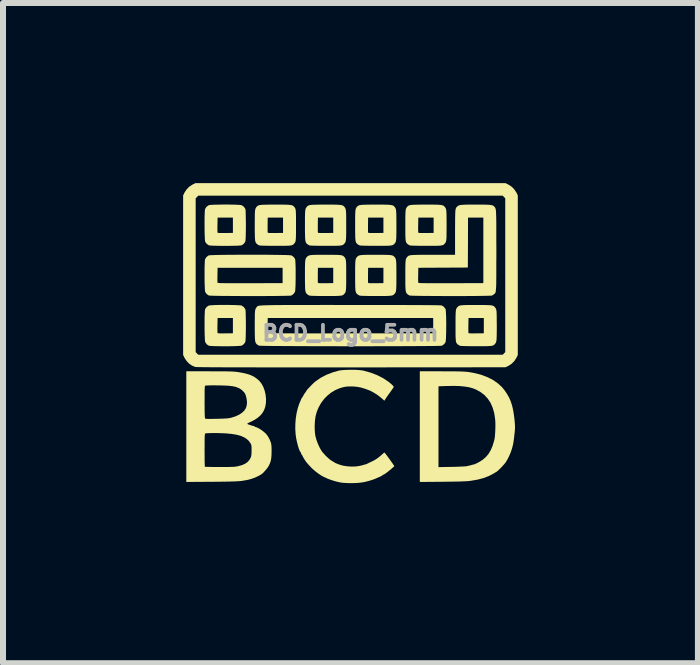
<source format=kicad_pcb>
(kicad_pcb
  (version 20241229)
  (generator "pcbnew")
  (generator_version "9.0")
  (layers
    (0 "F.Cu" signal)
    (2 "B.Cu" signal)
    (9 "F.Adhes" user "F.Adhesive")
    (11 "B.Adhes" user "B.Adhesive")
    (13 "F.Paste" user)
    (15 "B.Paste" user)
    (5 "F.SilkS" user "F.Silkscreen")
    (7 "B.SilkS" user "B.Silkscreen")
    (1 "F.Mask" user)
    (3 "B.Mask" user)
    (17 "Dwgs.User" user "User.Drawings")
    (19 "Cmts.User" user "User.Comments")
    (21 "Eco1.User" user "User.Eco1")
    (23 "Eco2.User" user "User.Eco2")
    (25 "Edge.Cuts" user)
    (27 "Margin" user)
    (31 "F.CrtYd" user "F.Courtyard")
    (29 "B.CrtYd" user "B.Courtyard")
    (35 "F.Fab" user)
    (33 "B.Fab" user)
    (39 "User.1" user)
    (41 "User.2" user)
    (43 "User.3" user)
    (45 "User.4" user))
  (footprint "BCD_Logo_5mm"
    (layer "F.Cu")
    (at 2.787 2.497)
    (property "Reference" "BCD_Logo_5mm" (at 0 0 0) (layer "F.Fab") (effects (font (size 0.25 0.25) (thickness 0.3))))
    (attr board_only exclude_from_pos_files exclude_from_bom)
    (fp_poly (pts (xy 2.628 -2.474) (xy 2.682 -2.44) (xy 2.727 -2.395) (xy 2.762 -2.342) (xy 2.765 -2.338) (xy 2.787 -2.292) (xy 2.787 0.365) (xy 2.765 0.411) (xy 2.73 0.465) (xy 2.686 0.51) (xy 2.633 0.545) (xy 2.628 0.548) (xy 2.582 0.57) (xy 0.014 0.572) (xy -0.222 0.572) (xy -0.444 0.572) (xy -0.653 0.572) (xy -0.849 0.572) (xy -1.032 0.572) (xy -1.203 0.572) (xy -1.362 0.572) (xy -1.509 0.572) (xy -1.645 0.571) (xy -1.771 0.571) (xy -1.885 0.571) (xy -1.989 0.571) (xy -2.084 0.571) (xy -2.169 0.57) (xy -2.245 0.57) (xy -2.313 0.57) (xy -2.372 0.569) (xy -2.423 0.569) (xy -2.466 0.568) (xy -2.502 0.568) (xy -2.531 0.567) (xy -2.554 0.566) (xy -2.57 0.566) (xy -2.581 0.565) (xy -2.586 0.564) (xy -2.639 0.543) (xy -2.688 0.509) (xy -2.73 0.465) (xy -2.763 0.414) (xy -2.765 0.411) (xy -2.787 0.365) (xy -2.787 0.318) (xy -2.578 0.318) (xy -2.535 0.361) (xy 2.535 0.361) (xy 2.578 0.318) (xy 2.578 -2.244) (xy 2.535 -2.288) (xy -2.535 -2.288) (xy -2.578 -2.244) (xy -2.578 0.318) (xy -2.787 0.318) (xy -2.787 -2.292) (xy -2.765 -2.338) (xy -2.73 -2.391) (xy -2.686 -2.437) (xy -2.633 -2.472) (xy -2.628 -2.474) (xy -2.582 -2.497) (xy 2.582 -2.497)) (stroke (width 0) (type solid)) (fill yes) (layer "F.SilkS"))
    (fp_poly (pts (xy -2.022 -2.14) (xy -1.969 -2.139) (xy -1.92 -2.138) (xy -1.878 -2.136) (xy -1.844 -2.134) (xy -1.821 -2.131) (xy -1.812 -2.129) (xy -1.78 -2.108) (xy -1.756 -2.077) (xy -1.751 -2.066) (xy -1.748 -2.053) (xy -1.746 -2.028) (xy -1.745 -1.994) (xy -1.744 -1.95) (xy -1.743 -1.901) (xy -1.742 -1.848) (xy -1.742 -1.793) (xy -1.742 -1.738) (xy -1.743 -1.686) (xy -1.744 -1.637) (xy -1.745 -1.594) (xy -1.747 -1.56) (xy -1.749 -1.536) (xy -1.751 -1.525) (xy -1.772 -1.491) (xy -1.803 -1.467) (xy -1.812 -1.462) (xy -1.826 -1.459) (xy -1.852 -1.457) (xy -1.887 -1.455) (xy -1.931 -1.454) (xy -1.98 -1.453) (xy -2.034 -1.452) (xy -2.089 -1.452) (xy -2.145 -1.452) (xy -2.198 -1.453) (xy -2.247 -1.454) (xy -2.29 -1.455) (xy -2.324 -1.457) (xy -2.348 -1.459) (xy -2.36 -1.462) (xy -2.393 -1.484) (xy -2.416 -1.515) (xy -2.419 -1.522) (xy -2.422 -1.535) (xy -2.425 -1.561) (xy -2.426 -1.597) (xy -2.428 -1.641) (xy -2.429 -1.691) (xy -2.43 -1.744) (xy -2.43 -1.763) (xy -2.216 -1.763) (xy -2.216 -1.727) (xy -2.215 -1.698) (xy -2.215 -1.68) (xy -2.214 -1.673) (xy -2.209 -1.67) (xy -2.198 -1.668) (xy -2.179 -1.666) (xy -2.15 -1.666) (xy -2.108 -1.666) (xy -2.084 -1.666) (xy -1.958 -1.668) (xy -1.958 -1.923) (xy -2.213 -1.923) (xy -2.215 -1.803) (xy -2.216 -1.763) (xy -2.43 -1.763) (xy -2.43 -1.8) (xy -2.43 -1.855) (xy -2.43 -1.908) (xy -2.429 -1.956) (xy -2.427 -1.999) (xy -2.426 -2.033) (xy -2.423 -2.056) (xy -2.421 -2.066) (xy -2.4 -2.1) (xy -2.369 -2.124) (xy -2.36 -2.129) (xy -2.345 -2.132) (xy -2.319 -2.135) (xy -2.282 -2.137) (xy -2.238 -2.138) (xy -2.187 -2.139) (xy -2.133 -2.14) (xy -2.077 -2.14)) (stroke (width 0) (type solid)) (fill yes) (layer "F.SilkS"))
    (fp_poly (pts (xy -2.022 -0.468) (xy -1.969 -0.467) (xy -1.92 -0.466) (xy -1.878 -0.464) (xy -1.844 -0.462) (xy -1.821 -0.46) (xy -1.812 -0.457) (xy -1.78 -0.436) (xy -1.756 -0.405) (xy -1.751 -0.395) (xy -1.748 -0.382) (xy -1.746 -0.357) (xy -1.745 -0.322) (xy -1.744 -0.279) (xy -1.743 -0.23) (xy -1.742 -0.177) (xy -1.742 -0.122) (xy -1.742 -0.067) (xy -1.743 -0.014) (xy -1.744 0.035) (xy -1.745 0.077) (xy -1.747 0.111) (xy -1.749 0.135) (xy -1.751 0.147) (xy -1.772 0.181) (xy -1.803 0.205) (xy -1.812 0.21) (xy -1.826 0.212) (xy -1.852 0.214) (xy -1.887 0.216) (xy -1.931 0.218) (xy -1.98 0.219) (xy -2.034 0.22) (xy -2.089 0.22) (xy -2.145 0.22) (xy -2.198 0.219) (xy -2.247 0.218) (xy -2.29 0.217) (xy -2.324 0.215) (xy -2.348 0.212) (xy -2.36 0.21) (xy -2.393 0.188) (xy -2.416 0.156) (xy -2.419 0.15) (xy -2.422 0.136) (xy -2.425 0.11) (xy -2.426 0.075) (xy -2.428 0.031) (xy -2.429 -0.019) (xy -2.43 -0.073) (xy -2.43 -0.091) (xy -2.216 -0.091) (xy -2.216 -0.055) (xy -2.215 -0.027) (xy -2.215 -0.008) (xy -2.214 -0.002) (xy -2.209 0.002) (xy -2.198 0.004) (xy -2.179 0.005) (xy -2.15 0.006) (xy -2.108 0.006) (xy -2.084 0.005) (xy -1.958 0.004) (xy -1.958 -0.251) (xy -2.213 -0.251) (xy -2.215 -0.131) (xy -2.216 -0.091) (xy -2.43 -0.091) (xy -2.43 -0.128) (xy -2.43 -0.183) (xy -2.43 -0.236) (xy -2.429 -0.285) (xy -2.427 -0.327) (xy -2.426 -0.361) (xy -2.423 -0.385) (xy -2.421 -0.395) (xy -2.4 -0.429) (xy -2.369 -0.453) (xy -2.36 -0.457) (xy -2.345 -0.46) (xy -2.319 -0.463) (xy -2.282 -0.465) (xy -2.238 -0.467) (xy -2.187 -0.468) (xy -2.133 -0.468) (xy -2.077 -0.468)) (stroke (width 0) (type solid)) (fill yes) (layer "F.SilkS"))
    (fp_poly (pts (xy -1.18 -2.139) (xy -1.122 -2.139) (xy -1.075 -2.138) (xy -1.038 -2.137) (xy -1.01 -2.134) (xy -0.988 -2.131) (xy -0.972 -2.127) (xy -0.96 -2.122) (xy -0.95 -2.115) (xy -0.941 -2.106) (xy -0.938 -2.103) (xy -0.93 -2.093) (xy -0.924 -2.083) (xy -0.918 -2.072) (xy -0.914 -2.057) (xy -0.911 -2.038) (xy -0.909 -2.012) (xy -0.908 -1.979) (xy -0.907 -1.936) (xy -0.907 -1.883) (xy -0.907 -1.818) (xy -0.907 -1.796) (xy -0.907 -1.726) (xy -0.907 -1.67) (xy -0.908 -1.624) (xy -0.909 -1.588) (xy -0.911 -1.56) (xy -0.913 -1.539) (xy -0.917 -1.523) (xy -0.922 -1.511) (xy -0.928 -1.501) (xy -0.936 -1.492) (xy -0.938 -1.489) (xy -0.947 -1.479) (xy -0.956 -1.472) (xy -0.967 -1.466) (xy -0.981 -1.461) (xy -1 -1.458) (xy -1.026 -1.455) (xy -1.059 -1.454) (xy -1.101 -1.453) (xy -1.154 -1.453) (xy -1.219 -1.453) (xy -1.253 -1.453) (xy -1.329 -1.453) (xy -1.391 -1.454) (xy -1.441 -1.455) (xy -1.479 -1.456) (xy -1.505 -1.458) (xy -1.521 -1.46) (xy -1.524 -1.462) (xy -1.544 -1.473) (xy -1.558 -1.484) (xy -1.567 -1.493) (xy -1.574 -1.502) (xy -1.58 -1.513) (xy -1.585 -1.528) (xy -1.588 -1.548) (xy -1.591 -1.574) (xy -1.592 -1.608) (xy -1.593 -1.651) (xy -1.594 -1.705) (xy -1.594 -1.763) (xy -1.38 -1.763) (xy -1.38 -1.727) (xy -1.38 -1.698) (xy -1.379 -1.68) (xy -1.378 -1.673) (xy -1.374 -1.67) (xy -1.363 -1.668) (xy -1.343 -1.666) (xy -1.314 -1.666) (xy -1.273 -1.666) (xy -1.249 -1.666) (xy -1.123 -1.668) (xy -1.123 -1.923) (xy -1.378 -1.923) (xy -1.38 -1.803) (xy -1.38 -1.763) (xy -1.594 -1.763) (xy -1.594 -1.771) (xy -1.594 -1.796) (xy -1.594 -1.865) (xy -1.593 -1.922) (xy -1.593 -1.967) (xy -1.592 -2.003) (xy -1.59 -2.031) (xy -1.587 -2.052) (xy -1.583 -2.068) (xy -1.578 -2.08) (xy -1.572 -2.09) (xy -1.565 -2.1) (xy -1.562 -2.103) (xy -1.554 -2.112) (xy -1.544 -2.119) (xy -1.533 -2.125) (xy -1.519 -2.13) (xy -1.499 -2.133) (xy -1.474 -2.136) (xy -1.44 -2.137) (xy -1.397 -2.138) (xy -1.344 -2.139) (xy -1.278 -2.139) (xy -1.25 -2.139)) (stroke (width 0) (type solid)) (fill yes) (layer "F.SilkS"))
    (fp_poly (pts (xy -0.344 -2.139) (xy -0.286 -2.139) (xy -0.239 -2.138) (xy -0.203 -2.137) (xy -0.174 -2.134) (xy -0.152 -2.131) (xy -0.136 -2.127) (xy -0.124 -2.122) (xy -0.114 -2.115) (xy -0.106 -2.106) (xy -0.102 -2.103) (xy -0.094 -2.093) (xy -0.088 -2.083) (xy -0.083 -2.072) (xy -0.079 -2.057) (xy -0.076 -2.038) (xy -0.073 -2.012) (xy -0.072 -1.979) (xy -0.071 -1.936) (xy -0.071 -1.883) (xy -0.071 -1.818) (xy -0.071 -1.796) (xy -0.071 -1.726) (xy -0.071 -1.67) (xy -0.072 -1.624) (xy -0.073 -1.588) (xy -0.075 -1.56) (xy -0.078 -1.539) (xy -0.081 -1.523) (xy -0.086 -1.511) (xy -0.092 -1.501) (xy -0.1 -1.492) (xy -0.102 -1.489) (xy -0.111 -1.479) (xy -0.12 -1.472) (xy -0.131 -1.466) (xy -0.145 -1.461) (xy -0.165 -1.458) (xy -0.19 -1.455) (xy -0.223 -1.454) (xy -0.265 -1.453) (xy -0.318 -1.453) (xy -0.383 -1.453) (xy -0.417 -1.453) (xy -0.493 -1.453) (xy -0.556 -1.454) (xy -0.605 -1.455) (xy -0.643 -1.456) (xy -0.669 -1.458) (xy -0.685 -1.46) (xy -0.688 -1.462) (xy -0.708 -1.473) (xy -0.722 -1.484) (xy -0.731 -1.493) (xy -0.739 -1.502) (xy -0.744 -1.513) (xy -0.749 -1.528) (xy -0.752 -1.548) (xy -0.755 -1.574) (xy -0.756 -1.608) (xy -0.757 -1.651) (xy -0.758 -1.705) (xy -0.758 -1.763) (xy -0.544 -1.763) (xy -0.544 -1.727) (xy -0.544 -1.698) (xy -0.543 -1.68) (xy -0.542 -1.673) (xy -0.538 -1.67) (xy -0.527 -1.668) (xy -0.507 -1.666) (xy -0.478 -1.666) (xy -0.437 -1.666) (xy -0.413 -1.666) (xy -0.287 -1.668) (xy -0.287 -1.923) (xy -0.542 -1.923) (xy -0.544 -1.803) (xy -0.544 -1.763) (xy -0.758 -1.763) (xy -0.758 -1.771) (xy -0.758 -1.796) (xy -0.758 -1.865) (xy -0.758 -1.922) (xy -0.757 -1.967) (xy -0.756 -2.003) (xy -0.754 -2.031) (xy -0.751 -2.052) (xy -0.747 -2.068) (xy -0.743 -2.08) (xy -0.736 -2.09) (xy -0.729 -2.1) (xy -0.726 -2.103) (xy -0.718 -2.112) (xy -0.709 -2.119) (xy -0.697 -2.125) (xy -0.683 -2.13) (xy -0.664 -2.133) (xy -0.638 -2.136) (xy -0.604 -2.137) (xy -0.562 -2.138) (xy -0.508 -2.139) (xy -0.443 -2.139) (xy -0.414 -2.139)) (stroke (width 0) (type solid)) (fill yes) (layer "F.SilkS"))
    (fp_poly (pts (xy -0.344 -1.303) (xy -0.286 -1.303) (xy -0.239 -1.302) (xy -0.203 -1.301) (xy -0.174 -1.299) (xy -0.152 -1.296) (xy -0.136 -1.291) (xy -0.124 -1.286) (xy -0.114 -1.279) (xy -0.106 -1.27) (xy -0.102 -1.267) (xy -0.094 -1.257) (xy -0.088 -1.247) (xy -0.083 -1.236) (xy -0.079 -1.221) (xy -0.076 -1.202) (xy -0.073 -1.176) (xy -0.072 -1.143) (xy -0.071 -1.1) (xy -0.071 -1.047) (xy -0.071 -0.982) (xy -0.071 -0.96) (xy -0.071 -0.89) (xy -0.071 -0.834) (xy -0.072 -0.788) (xy -0.073 -0.752) (xy -0.075 -0.725) (xy -0.078 -0.704) (xy -0.081 -0.688) (xy -0.086 -0.675) (xy -0.092 -0.665) (xy -0.1 -0.656) (xy -0.102 -0.653) (xy -0.111 -0.644) (xy -0.12 -0.636) (xy -0.131 -0.63) (xy -0.145 -0.625) (xy -0.165 -0.622) (xy -0.19 -0.62) (xy -0.223 -0.618) (xy -0.265 -0.617) (xy -0.318 -0.617) (xy -0.383 -0.617) (xy -0.417 -0.617) (xy -0.493 -0.617) (xy -0.556 -0.618) (xy -0.605 -0.619) (xy -0.643 -0.62) (xy -0.669 -0.622) (xy -0.685 -0.625) (xy -0.688 -0.626) (xy -0.708 -0.637) (xy -0.722 -0.648) (xy -0.731 -0.657) (xy -0.739 -0.666) (xy -0.744 -0.677) (xy -0.749 -0.692) (xy -0.752 -0.712) (xy -0.755 -0.738) (xy -0.756 -0.772) (xy -0.757 -0.815) (xy -0.758 -0.869) (xy -0.758 -0.927) (xy -0.544 -0.927) (xy -0.544 -0.891) (xy -0.544 -0.863) (xy -0.543 -0.844) (xy -0.542 -0.838) (xy -0.538 -0.834) (xy -0.527 -0.832) (xy -0.507 -0.83) (xy -0.478 -0.83) (xy -0.437 -0.83) (xy -0.413 -0.83) (xy -0.287 -0.832) (xy -0.287 -1.087) (xy -0.542 -1.087) (xy -0.544 -0.967) (xy -0.544 -0.927) (xy -0.758 -0.927) (xy -0.758 -0.935) (xy -0.758 -0.96) (xy -0.758 -1.03) (xy -0.758 -1.086) (xy -0.757 -1.132) (xy -0.756 -1.167) (xy -0.754 -1.195) (xy -0.751 -1.216) (xy -0.747 -1.232) (xy -0.743 -1.244) (xy -0.736 -1.254) (xy -0.729 -1.264) (xy -0.726 -1.267) (xy -0.718 -1.276) (xy -0.709 -1.283) (xy -0.697 -1.289) (xy -0.683 -1.294) (xy -0.664 -1.298) (xy -0.638 -1.3) (xy -0.604 -1.302) (xy -0.562 -1.303) (xy -0.508 -1.303) (xy -0.443 -1.303) (xy -0.414 -1.303)) (stroke (width 0) (type solid)) (fill yes) (layer "F.SilkS"))
    (fp_poly (pts (xy 0.492 -2.139) (xy 0.55 -2.139) (xy 0.596 -2.138) (xy 0.633 -2.137) (xy 0.662 -2.134) (xy 0.683 -2.131) (xy 0.7 -2.127) (xy 0.712 -2.122) (xy 0.722 -2.115) (xy 0.73 -2.106) (xy 0.734 -2.103) (xy 0.742 -2.093) (xy 0.748 -2.083) (xy 0.753 -2.072) (xy 0.757 -2.057) (xy 0.76 -2.038) (xy 0.762 -2.012) (xy 0.764 -1.979) (xy 0.764 -1.936) (xy 0.765 -1.883) (xy 0.765 -1.818) (xy 0.765 -1.796) (xy 0.765 -1.726) (xy 0.765 -1.67) (xy 0.764 -1.624) (xy 0.763 -1.588) (xy 0.761 -1.56) (xy 0.758 -1.539) (xy 0.755 -1.523) (xy 0.75 -1.511) (xy 0.744 -1.501) (xy 0.736 -1.492) (xy 0.734 -1.489) (xy 0.725 -1.479) (xy 0.716 -1.472) (xy 0.705 -1.466) (xy 0.69 -1.461) (xy 0.671 -1.458) (xy 0.646 -1.455) (xy 0.613 -1.454) (xy 0.57 -1.453) (xy 0.517 -1.453) (xy 0.452 -1.453) (xy 0.419 -1.453) (xy 0.343 -1.453) (xy 0.28 -1.454) (xy 0.23 -1.455) (xy 0.193 -1.456) (xy 0.167 -1.458) (xy 0.151 -1.46) (xy 0.148 -1.462) (xy 0.127 -1.473) (xy 0.113 -1.484) (xy 0.104 -1.493) (xy 0.097 -1.502) (xy 0.091 -1.513) (xy 0.087 -1.528) (xy 0.083 -1.548) (xy 0.081 -1.574) (xy 0.079 -1.608) (xy 0.079 -1.651) (xy 0.078 -1.705) (xy 0.078 -1.763) (xy 0.292 -1.763) (xy 0.292 -1.727) (xy 0.292 -1.698) (xy 0.293 -1.68) (xy 0.294 -1.673) (xy 0.298 -1.67) (xy 0.309 -1.668) (xy 0.328 -1.666) (xy 0.358 -1.666) (xy 0.399 -1.666) (xy 0.423 -1.666) (xy 0.549 -1.668) (xy 0.549 -1.923) (xy 0.294 -1.923) (xy 0.292 -1.803) (xy 0.292 -1.763) (xy 0.078 -1.763) (xy 0.078 -1.771) (xy 0.078 -1.796) (xy 0.078 -1.865) (xy 0.078 -1.922) (xy 0.079 -1.967) (xy 0.08 -2.003) (xy 0.082 -2.031) (xy 0.085 -2.052) (xy 0.088 -2.068) (xy 0.093 -2.08) (xy 0.099 -2.09) (xy 0.107 -2.1) (xy 0.109 -2.103) (xy 0.118 -2.112) (xy 0.127 -2.119) (xy 0.138 -2.125) (xy 0.153 -2.13) (xy 0.172 -2.133) (xy 0.198 -2.136) (xy 0.231 -2.137) (xy 0.274 -2.138) (xy 0.328 -2.139) (xy 0.393 -2.139) (xy 0.421 -2.139)) (stroke (width 0) (type solid)) (fill yes) (layer "F.SilkS"))
    (fp_poly (pts (xy 0.492 -1.303) (xy 0.55 -1.303) (xy 0.596 -1.302) (xy 0.633 -1.301) (xy 0.662 -1.299) (xy 0.683 -1.296) (xy 0.7 -1.291) (xy 0.712 -1.286) (xy 0.722 -1.279) (xy 0.73 -1.27) (xy 0.734 -1.267) (xy 0.742 -1.257) (xy 0.748 -1.247) (xy 0.753 -1.236) (xy 0.757 -1.221) (xy 0.76 -1.202) (xy 0.762 -1.176) (xy 0.764 -1.143) (xy 0.764 -1.1) (xy 0.765 -1.047) (xy 0.765 -0.982) (xy 0.765 -0.96) (xy 0.765 -0.89) (xy 0.765 -0.834) (xy 0.764 -0.788) (xy 0.763 -0.752) (xy 0.761 -0.725) (xy 0.758 -0.704) (xy 0.755 -0.688) (xy 0.75 -0.675) (xy 0.744 -0.665) (xy 0.736 -0.656) (xy 0.734 -0.653) (xy 0.725 -0.644) (xy 0.716 -0.636) (xy 0.705 -0.63) (xy 0.69 -0.625) (xy 0.671 -0.622) (xy 0.646 -0.62) (xy 0.613 -0.618) (xy 0.57 -0.617) (xy 0.517 -0.617) (xy 0.452 -0.617) (xy 0.419 -0.617) (xy 0.343 -0.617) (xy 0.28 -0.618) (xy 0.23 -0.619) (xy 0.193 -0.62) (xy 0.167 -0.622) (xy 0.151 -0.625) (xy 0.148 -0.626) (xy 0.127 -0.637) (xy 0.113 -0.648) (xy 0.104 -0.657) (xy 0.097 -0.666) (xy 0.091 -0.677) (xy 0.087 -0.692) (xy 0.083 -0.712) (xy 0.081 -0.738) (xy 0.079 -0.772) (xy 0.079 -0.815) (xy 0.078 -0.869) (xy 0.078 -0.927) (xy 0.292 -0.927) (xy 0.292 -0.891) (xy 0.292 -0.863) (xy 0.293 -0.844) (xy 0.294 -0.838) (xy 0.298 -0.834) (xy 0.309 -0.832) (xy 0.328 -0.83) (xy 0.358 -0.83) (xy 0.399 -0.83) (xy 0.423 -0.83) (xy 0.549 -0.832) (xy 0.549 -1.087) (xy 0.294 -1.087) (xy 0.292 -0.967) (xy 0.292 -0.927) (xy 0.078 -0.927) (xy 0.078 -0.935) (xy 0.078 -0.96) (xy 0.078 -1.03) (xy 0.078 -1.086) (xy 0.079 -1.132) (xy 0.08 -1.167) (xy 0.082 -1.195) (xy 0.085 -1.216) (xy 0.088 -1.232) (xy 0.093 -1.244) (xy 0.099 -1.254) (xy 0.107 -1.264) (xy 0.109 -1.267) (xy 0.118 -1.276) (xy 0.127 -1.283) (xy 0.138 -1.289) (xy 0.153 -1.294) (xy 0.172 -1.298) (xy 0.198 -1.3) (xy 0.231 -1.302) (xy 0.274 -1.303) (xy 0.328 -1.303) (xy 0.393 -1.303) (xy 0.421 -1.303)) (stroke (width 0) (type solid)) (fill yes) (layer "F.SilkS"))
    (fp_poly (pts (xy 1.328 -2.139) (xy 1.386 -2.139) (xy 1.432 -2.138) (xy 1.469 -2.137) (xy 1.498 -2.134) (xy 1.519 -2.131) (xy 1.535 -2.127) (xy 1.548 -2.122) (xy 1.557 -2.115) (xy 1.566 -2.106) (xy 1.569 -2.103) (xy 1.577 -2.093) (xy 1.584 -2.083) (xy 1.589 -2.072) (xy 1.593 -2.057) (xy 1.596 -2.038) (xy 1.598 -2.012) (xy 1.6 -1.979) (xy 1.6 -1.936) (xy 1.601 -1.883) (xy 1.601 -1.818) (xy 1.601 -1.796) (xy 1.601 -1.726) (xy 1.6 -1.67) (xy 1.6 -1.624) (xy 1.599 -1.588) (xy 1.597 -1.56) (xy 1.594 -1.539) (xy 1.59 -1.523) (xy 1.586 -1.511) (xy 1.579 -1.501) (xy 1.572 -1.492) (xy 1.569 -1.489) (xy 1.561 -1.479) (xy 1.552 -1.472) (xy 1.541 -1.466) (xy 1.526 -1.461) (xy 1.507 -1.458) (xy 1.482 -1.455) (xy 1.448 -1.454) (xy 1.406 -1.453) (xy 1.353 -1.453) (xy 1.288 -1.453) (xy 1.255 -1.453) (xy 1.179 -1.453) (xy 1.116 -1.454) (xy 1.066 -1.455) (xy 1.029 -1.456) (xy 1.002 -1.458) (xy 0.987 -1.46) (xy 0.983 -1.462) (xy 0.963 -1.473) (xy 0.949 -1.484) (xy 0.94 -1.493) (xy 0.933 -1.502) (xy 0.927 -1.513) (xy 0.923 -1.528) (xy 0.919 -1.548) (xy 0.917 -1.574) (xy 0.915 -1.608) (xy 0.914 -1.651) (xy 0.914 -1.705) (xy 0.914 -1.763) (xy 1.127 -1.763) (xy 1.127 -1.727) (xy 1.128 -1.698) (xy 1.129 -1.68) (xy 1.129 -1.673) (xy 1.134 -1.67) (xy 1.145 -1.668) (xy 1.164 -1.666) (xy 1.194 -1.666) (xy 1.235 -1.666) (xy 1.259 -1.666) (xy 1.385 -1.668) (xy 1.385 -1.923) (xy 1.13 -1.923) (xy 1.128 -1.803) (xy 1.127 -1.763) (xy 0.914 -1.763) (xy 0.914 -1.771) (xy 0.914 -1.796) (xy 0.914 -1.865) (xy 0.914 -1.922) (xy 0.915 -1.967) (xy 0.916 -2.003) (xy 0.918 -2.031) (xy 0.92 -2.052) (xy 0.924 -2.068) (xy 0.929 -2.08) (xy 0.935 -2.09) (xy 0.943 -2.1) (xy 0.945 -2.103) (xy 0.954 -2.112) (xy 0.963 -2.119) (xy 0.974 -2.125) (xy 0.989 -2.13) (xy 1.008 -2.133) (xy 1.034 -2.136) (xy 1.067 -2.137) (xy 1.11 -2.138) (xy 1.163 -2.139) (xy 1.229 -2.139) (xy 1.257 -2.139)) (stroke (width 0) (type solid)) (fill yes) (layer "F.SilkS"))
    (fp_poly (pts (xy 2.164 -0.467) (xy 2.221 -0.467) (xy 2.268 -0.466) (xy 2.305 -0.465) (xy 2.333 -0.463) (xy 2.355 -0.46) (xy 2.371 -0.456) (xy 2.383 -0.45) (xy 2.393 -0.443) (xy 2.402 -0.435) (xy 2.405 -0.431) (xy 2.413 -0.421) (xy 2.42 -0.411) (xy 2.425 -0.4) (xy 2.429 -0.385) (xy 2.432 -0.366) (xy 2.434 -0.34) (xy 2.435 -0.307) (xy 2.436 -0.265) (xy 2.436 -0.211) (xy 2.437 -0.146) (xy 2.437 -0.124) (xy 2.437 -0.055) (xy 2.436 0.002) (xy 2.436 0.048) (xy 2.434 0.083) (xy 2.433 0.111) (xy 2.43 0.132) (xy 2.426 0.148) (xy 2.421 0.16) (xy 2.415 0.171) (xy 2.408 0.18) (xy 2.405 0.183) (xy 2.397 0.192) (xy 2.387 0.2) (xy 2.376 0.206) (xy 2.362 0.21) (xy 2.343 0.214) (xy 2.317 0.216) (xy 2.284 0.218) (xy 2.242 0.219) (xy 2.189 0.219) (xy 2.124 0.219) (xy 2.09 0.219) (xy 2.014 0.219) (xy 1.952 0.218) (xy 1.902 0.217) (xy 1.864 0.215) (xy 1.838 0.214) (xy 1.823 0.211) (xy 1.819 0.21) (xy 1.799 0.198) (xy 1.785 0.188) (xy 1.776 0.179) (xy 1.769 0.17) (xy 1.763 0.159) (xy 1.758 0.144) (xy 1.755 0.124) (xy 1.753 0.098) (xy 1.751 0.064) (xy 1.75 0.021) (xy 1.75 -0.033) (xy 1.75 -0.091) (xy 1.963 -0.091) (xy 1.963 -0.055) (xy 1.964 -0.027) (xy 1.964 -0.008) (xy 1.965 -0.002) (xy 1.97 0.002) (xy 1.981 0.004) (xy 2 0.005) (xy 2.03 0.006) (xy 2.071 0.006) (xy 2.095 0.005) (xy 2.221 0.004) (xy 2.221 -0.251) (xy 1.966 -0.251) (xy 1.964 -0.131) (xy 1.963 -0.091) (xy 1.75 -0.091) (xy 1.75 -0.1) (xy 1.75 -0.124) (xy 1.75 -0.194) (xy 1.75 -0.25) (xy 1.751 -0.296) (xy 1.752 -0.332) (xy 1.754 -0.359) (xy 1.756 -0.38) (xy 1.76 -0.396) (xy 1.765 -0.408) (xy 1.771 -0.419) (xy 1.779 -0.428) (xy 1.781 -0.431) (xy 1.79 -0.44) (xy 1.799 -0.448) (xy 1.81 -0.454) (xy 1.824 -0.458) (xy 1.844 -0.462) (xy 1.87 -0.464) (xy 1.903 -0.466) (xy 1.946 -0.467) (xy 1.999 -0.467) (xy 2.065 -0.467) (xy 2.093 -0.467)) (stroke (width 0) (type solid)) (fill yes) (layer "F.SilkS"))
    (fp_poly (pts (xy -1.55 -1.304) (xy -1.466 -1.304) (xy -1.384 -1.304) (xy -1.307 -1.303) (xy -1.235 -1.302) (xy -1.17 -1.301) (xy -1.112 -1.3) (xy -1.064 -1.299) (xy -1.025 -1.297) (xy -0.999 -1.295) (xy -0.985 -1.294) (xy -0.984 -1.293) (xy -0.951 -1.272) (xy -0.927 -1.241) (xy -0.922 -1.23) (xy -0.92 -1.217) (xy -0.917 -1.191) (xy -0.916 -1.156) (xy -0.914 -1.112) (xy -0.913 -1.062) (xy -0.913 -1.009) (xy -0.913 -0.953) (xy -0.913 -0.898) (xy -0.914 -0.845) (xy -0.915 -0.796) (xy -0.917 -0.754) (xy -0.919 -0.72) (xy -0.921 -0.696) (xy -0.924 -0.686) (xy -0.945 -0.654) (xy -0.976 -0.63) (xy -0.987 -0.625) (xy -0.997 -0.623) (xy -1.021 -0.622) (xy -1.056 -0.621) (xy -1.102 -0.62) (xy -1.157 -0.619) (xy -1.22 -0.618) (xy -1.29 -0.617) (xy -1.365 -0.617) (xy -1.445 -0.616) (xy -1.529 -0.616) (xy -1.614 -0.616) (xy -1.7 -0.616) (xy -1.786 -0.616) (xy -1.871 -0.617) (xy -1.952 -0.617) (xy -2.03 -0.618) (xy -2.102 -0.618) (xy -2.168 -0.619) (xy -2.226 -0.62) (xy -2.275 -0.621) (xy -2.314 -0.622) (xy -2.342 -0.624) (xy -2.357 -0.625) (xy -2.36 -0.626) (xy -2.393 -0.648) (xy -2.416 -0.679) (xy -2.419 -0.686) (xy -2.422 -0.7) (xy -2.425 -0.725) (xy -2.426 -0.761) (xy -2.428 -0.805) (xy -2.429 -0.855) (xy -2.43 -0.891) (xy -2.216 -0.891) (xy -2.215 -0.863) (xy -2.215 -0.844) (xy -2.214 -0.838) (xy -2.211 -0.836) (xy -2.203 -0.835) (xy -2.188 -0.833) (xy -2.167 -0.832) (xy -2.139 -0.831) (xy -2.102 -0.831) (xy -2.055 -0.83) (xy -1.999 -0.83) (xy -1.931 -0.83) (xy -1.852 -0.83) (xy -1.76 -0.83) (xy -1.67 -0.83) (xy -1.13 -0.832) (xy -1.13 -1.087) (xy -2.213 -1.087) (xy -2.215 -0.967) (xy -2.216 -0.927) (xy -2.216 -0.891) (xy -2.43 -0.891) (xy -2.43 -0.908) (xy -2.43 -0.964) (xy -2.43 -1.019) (xy -2.43 -1.072) (xy -2.429 -1.121) (xy -2.427 -1.163) (xy -2.426 -1.197) (xy -2.423 -1.22) (xy -2.421 -1.23) (xy -2.4 -1.264) (xy -2.369 -1.289) (xy -2.36 -1.293) (xy -2.348 -1.295) (xy -2.324 -1.297) (xy -2.288 -1.298) (xy -2.241 -1.3) (xy -2.185 -1.301) (xy -2.121 -1.302) (xy -2.05 -1.303) (xy -1.974 -1.303) (xy -1.893 -1.304) (xy -1.809 -1.304) (xy -1.723 -1.304) (xy -1.636 -1.304)) (stroke (width 0) (type solid)) (fill yes) (layer "F.SilkS"))
    (fp_poly (pts (xy 1.606 0.638) (xy 1.682 0.638) (xy 1.747 0.638) (xy 1.801 0.639) (xy 1.846 0.64) (xy 1.883 0.642) (xy 1.914 0.644) (xy 1.94 0.646) (xy 1.958 0.648) (xy 2.078 0.669) (xy 2.188 0.699) (xy 2.287 0.737) (xy 2.377 0.783) (xy 2.455 0.838) (xy 2.522 0.899) (xy 2.561 0.946) (xy 2.603 1.007) (xy 2.639 1.069) (xy 2.668 1.134) (xy 2.691 1.204) (xy 2.709 1.281) (xy 2.723 1.367) (xy 2.732 1.441) (xy 2.736 1.487) (xy 2.739 1.524) (xy 2.74 1.555) (xy 2.74 1.584) (xy 2.738 1.616) (xy 2.735 1.654) (xy 2.731 1.687) (xy 2.725 1.744) (xy 2.719 1.789) (xy 2.713 1.829) (xy 2.705 1.867) (xy 2.695 1.907) (xy 2.687 1.934) (xy 2.668 1.99) (xy 2.642 2.05) (xy 2.612 2.109) (xy 2.586 2.152) (xy 2.57 2.173) (xy 2.547 2.199) (xy 2.521 2.228) (xy 2.494 2.256) (xy 2.468 2.281) (xy 2.446 2.301) (xy 2.432 2.311) (xy 2.418 2.319) (xy 2.397 2.332) (xy 2.375 2.345) (xy 2.301 2.383) (xy 2.216 2.415) (xy 2.118 2.441) (xy 2.008 2.46) (xy 1.994 2.462) (xy 1.97 2.465) (xy 1.94 2.467) (xy 1.905 2.469) (xy 1.863 2.471) (xy 1.813 2.473) (xy 1.752 2.474) (xy 1.681 2.475) (xy 1.598 2.476) (xy 1.532 2.477) (xy 1.155 2.48) (xy 1.155 2.233) (xy 1.466 2.233) (xy 1.68 2.229) (xy 1.739 2.228) (xy 1.793 2.226) (xy 1.842 2.224) (xy 1.884 2.222) (xy 1.916 2.22) (xy 1.936 2.218) (xy 1.937 2.217) (xy 1.967 2.211) (xy 1.998 2.203) (xy 2.013 2.199) (xy 2.033 2.193) (xy 2.049 2.189) (xy 2.053 2.189) (xy 2.067 2.185) (xy 2.09 2.175) (xy 2.118 2.161) (xy 2.148 2.145) (xy 2.177 2.127) (xy 2.202 2.11) (xy 2.203 2.11) (xy 2.255 2.065) (xy 2.299 2.013) (xy 2.336 1.951) (xy 2.367 1.879) (xy 2.392 1.795) (xy 2.395 1.785) (xy 2.402 1.749) (xy 2.407 1.702) (xy 2.411 1.648) (xy 2.413 1.59) (xy 2.414 1.533) (xy 2.413 1.478) (xy 2.409 1.431) (xy 2.409 1.43) (xy 2.394 1.331) (xy 2.368 1.242) (xy 2.333 1.162) (xy 2.287 1.093) (xy 2.231 1.032) (xy 2.165 0.982) (xy 2.088 0.94) (xy 2.043 0.922) (xy 1.982 0.904) (xy 1.908 0.892) (xy 1.821 0.883) (xy 1.721 0.88) (xy 1.609 0.882) (xy 1.593 0.882) (xy 1.466 0.887) (xy 1.466 2.233) (xy 1.155 2.233) (xy 1.155 0.637) (xy 1.517 0.637)) (stroke (width 0) (type solid)) (fill yes) (layer "F.SilkS"))
    (fp_poly (pts (xy -0.325 -0.468) (xy -0.165 -0.467) (xy 0.001 -0.467) (xy 0.182 -0.467) (xy 0.35 -0.467) (xy 0.504 -0.467) (xy 0.646 -0.467) (xy 0.775 -0.467) (xy 0.892 -0.467) (xy 0.997 -0.466) (xy 1.092 -0.466) (xy 1.175 -0.466) (xy 1.249 -0.465) (xy 1.313 -0.465) (xy 1.367 -0.464) (xy 1.412 -0.464) (xy 1.449 -0.463) (xy 1.478 -0.462) (xy 1.499 -0.461) (xy 1.513 -0.46) (xy 1.52 -0.459) (xy 1.521 -0.459) (xy 1.555 -0.438) (xy 1.579 -0.407) (xy 1.584 -0.398) (xy 1.587 -0.383) (xy 1.589 -0.357) (xy 1.591 -0.32) (xy 1.593 -0.276) (xy 1.594 -0.225) (xy 1.595 -0.171) (xy 1.595 -0.115) (xy 1.594 -0.06) (xy 1.594 -0.007) (xy 1.592 0.042) (xy 1.591 0.084) (xy 1.588 0.118) (xy 1.586 0.141) (xy 1.584 0.15) (xy 1.563 0.182) (xy 1.531 0.206) (xy 1.521 0.211) (xy 1.511 0.212) (xy 1.489 0.213) (xy 1.453 0.214) (xy 1.406 0.215) (xy 1.348 0.216) (xy 1.28 0.216) (xy 1.203 0.217) (xy 1.117 0.217) (xy 1.023 0.218) (xy 0.922 0.218) (xy 0.815 0.219) (xy 0.703 0.219) (xy 0.586 0.219) (xy 0.465 0.219) (xy 0.341 0.22) (xy 0.216 0.22) (xy 0.088 0.22) (xy -0.039 0.22) (xy -0.167 0.22) (xy -0.293 0.219) (xy -0.418 0.219) (xy -0.54 0.219) (xy -0.658 0.219) (xy -0.773 0.218) (xy -0.882 0.218) (xy -0.985 0.217) (xy -1.082 0.217) (xy -1.172 0.216) (xy -1.253 0.216) (xy -1.325 0.215) (xy -1.387 0.214) (xy -1.439 0.213) (xy -1.479 0.212) (xy -1.507 0.211) (xy -1.522 0.21) (xy -1.524 0.21) (xy -1.544 0.198) (xy -1.558 0.188) (xy -1.567 0.179) (xy -1.574 0.17) (xy -1.58 0.159) (xy -1.585 0.144) (xy -1.588 0.124) (xy -1.591 0.098) (xy -1.592 0.064) (xy -1.593 0.021) (xy -1.594 -0.033) (xy -1.594 -0.055) (xy -1.38 -0.055) (xy -1.38 -0.027) (xy -1.379 -0.008) (xy -1.378 -0.002) (xy -1.375 -0.001) (xy -1.368 0.000125) (xy -1.355 0.001) (xy -1.337 0.002) (xy -1.312 0.003) (xy -1.281 0.003) (xy -1.242 0.004) (xy -1.195 0.004) (xy -1.14 0.005) (xy -1.076 0.005) (xy -1.002 0.005) (xy -0.919 0.006) (xy -0.825 0.006) (xy -0.72 0.006) (xy -0.603 0.006) (xy -0.475 0.006) (xy -0.334 0.006) (xy -0.18 0.006) (xy -0.012 0.005) (xy 0.002 0.005) (xy 1.378 0.004) (xy 1.378 -0.251) (xy -1.378 -0.251) (xy -1.38 -0.131) (xy -1.38 -0.091) (xy -1.38 -0.055) (xy -1.594 -0.055) (xy -1.594 -0.1) (xy -1.594 -0.124) (xy -1.594 -0.194) (xy -1.593 -0.25) (xy -1.593 -0.296) (xy -1.592 -0.332) (xy -1.59 -0.359) (xy -1.587 -0.38) (xy -1.583 -0.396) (xy -1.578 -0.408) (xy -1.572 -0.419) (xy -1.565 -0.428) (xy -1.562 -0.431) (xy -1.559 -0.435) (xy -1.556 -0.439) (xy -1.553 -0.442) (xy -1.549 -0.446) (xy -1.545 -0.449) (xy -1.538 -0.451) (xy -1.529 -0.454) (xy -1.517 -0.456) (xy -1.502 -0.458) (xy -1.483 -0.459) (xy -1.459 -0.461) (xy -1.43 -0.462) (xy -1.395 -0.463) (xy -1.354 -0.464) (xy -1.306 -0.465) (xy -1.25 -0.466) (xy -1.187 -0.466) (xy -1.115 -0.467) (xy -1.034 -0.467) (xy -0.944 -0.467) (xy -0.843 -0.467) (xy -0.731 -0.467) (xy -0.608 -0.467) (xy -0.473 -0.468)) (stroke (width 0) (type solid)) (fill yes) (layer "F.SilkS"))
    (fp_poly (pts (xy 2.156 -2.139) (xy 2.214 -2.139) (xy 2.261 -2.138) (xy 2.298 -2.137) (xy 2.326 -2.134) (xy 2.348 -2.131) (xy 2.364 -2.127) (xy 2.376 -2.122) (xy 2.386 -2.115) (xy 2.395 -2.106) (xy 2.398 -2.103) (xy 2.403 -2.097) (xy 2.408 -2.091) (xy 2.412 -2.084) (xy 2.415 -2.076) (xy 2.418 -2.065) (xy 2.421 -2.051) (xy 2.423 -2.033) (xy 2.425 -2.01) (xy 2.426 -1.98) (xy 2.427 -1.944) (xy 2.428 -1.9) (xy 2.429 -1.848) (xy 2.429 -1.786) (xy 2.429 -1.713) (xy 2.429 -1.63) (xy 2.429 -1.534) (xy 2.43 -1.426) (xy 2.43 -1.378) (xy 2.43 -1.263) (xy 2.429 -1.162) (xy 2.429 -1.073) (xy 2.429 -0.995) (xy 2.429 -0.928) (xy 2.428 -0.872) (xy 2.428 -0.824) (xy 2.427 -0.784) (xy 2.425 -0.752) (xy 2.423 -0.726) (xy 2.421 -0.705) (xy 2.419 -0.689) (xy 2.416 -0.678) (xy 2.412 -0.669) (xy 2.408 -0.662) (xy 2.403 -0.657) (xy 2.397 -0.652) (xy 2.393 -0.648) (xy 2.374 -0.634) (xy 2.357 -0.625) (xy 2.346 -0.623) (xy 2.323 -0.622) (xy 2.287 -0.621) (xy 2.242 -0.62) (xy 2.187 -0.619) (xy 2.124 -0.618) (xy 2.054 -0.617) (xy 1.978 -0.617) (xy 1.898 -0.616) (xy 1.814 -0.616) (xy 1.729 -0.616) (xy 1.643 -0.616) (xy 1.557 -0.616) (xy 1.473 -0.617) (xy 1.391 -0.617) (xy 1.314 -0.618) (xy 1.241 -0.618) (xy 1.176 -0.619) (xy 1.118 -0.62) (xy 1.068 -0.621) (xy 1.029 -0.622) (xy 1.001 -0.624) (xy 0.986 -0.625) (xy 0.983 -0.626) (xy 0.963 -0.637) (xy 0.949 -0.648) (xy 0.94 -0.657) (xy 0.933 -0.666) (xy 0.927 -0.677) (xy 0.923 -0.692) (xy 0.919 -0.712) (xy 0.917 -0.738) (xy 0.915 -0.772) (xy 0.914 -0.815) (xy 0.914 -0.869) (xy 0.914 -0.891) (xy 1.127 -0.891) (xy 1.128 -0.863) (xy 1.129 -0.844) (xy 1.129 -0.838) (xy 1.132 -0.836) (xy 1.141 -0.835) (xy 1.155 -0.833) (xy 1.176 -0.832) (xy 1.204 -0.831) (xy 1.241 -0.831) (xy 1.288 -0.83) (xy 1.344 -0.83) (xy 1.412 -0.83) (xy 1.491 -0.83) (xy 1.583 -0.83) (xy 1.673 -0.83) (xy 2.213 -0.832) (xy 2.213 -1.923) (xy 1.958 -1.923) (xy 1.957 -1.507) (xy 1.955 -1.091) (xy 1.13 -1.087) (xy 1.128 -0.967) (xy 1.127 -0.927) (xy 1.127 -0.891) (xy 0.914 -0.891) (xy 0.914 -0.935) (xy 0.914 -0.96) (xy 0.914 -1.03) (xy 0.914 -1.086) (xy 0.915 -1.132) (xy 0.916 -1.167) (xy 0.918 -1.195) (xy 0.92 -1.216) (xy 0.924 -1.232) (xy 0.929 -1.244) (xy 0.935 -1.254) (xy 0.943 -1.264) (xy 0.945 -1.267) (xy 0.952 -1.275) (xy 0.96 -1.281) (xy 0.968 -1.287) (xy 0.979 -1.291) (xy 0.994 -1.295) (xy 1.014 -1.298) (xy 1.039 -1.3) (xy 1.072 -1.301) (xy 1.113 -1.302) (xy 1.164 -1.303) (xy 1.226 -1.303) (xy 1.299 -1.303) (xy 1.375 -1.303) (xy 1.742 -1.303) (xy 1.742 -1.674) (xy 1.742 -1.76) (xy 1.743 -1.832) (xy 1.743 -1.893) (xy 1.744 -1.943) (xy 1.745 -1.983) (xy 1.746 -2.016) (xy 1.748 -2.041) (xy 1.751 -2.06) (xy 1.755 -2.074) (xy 1.759 -2.085) (xy 1.765 -2.094) (xy 1.772 -2.101) (xy 1.779 -2.108) (xy 1.789 -2.116) (xy 1.798 -2.122) (xy 1.81 -2.127) (xy 1.825 -2.131) (xy 1.844 -2.134) (xy 1.87 -2.136) (xy 1.903 -2.138) (xy 1.946 -2.139) (xy 1.999 -2.139) (xy 2.064 -2.139) (xy 2.085 -2.139)) (stroke (width 0) (type solid)) (fill yes) (layer "F.SilkS"))
    (fp_poly (pts (xy 0.057 0.612) (xy 0.113 0.614) (xy 0.162 0.618) (xy 0.203 0.623) (xy 0.216 0.626) (xy 0.338 0.66) (xy 0.449 0.703) (xy 0.55 0.755) (xy 0.64 0.816) (xy 0.683 0.852) (xy 0.707 0.876) (xy 0.719 0.892) (xy 0.72 0.9) (xy 0.714 0.909) (xy 0.702 0.928) (xy 0.685 0.952) (xy 0.664 0.981) (xy 0.662 0.985) (xy 0.639 1.016) (xy 0.617 1.047) (xy 0.598 1.074) (xy 0.586 1.093) (xy 0.564 1.127) (xy 0.539 1.103) (xy 0.494 1.065) (xy 0.444 1.027) (xy 0.391 0.994) (xy 0.342 0.967) (xy 0.325 0.959) (xy 0.249 0.93) (xy 0.18 0.909) (xy 0.115 0.896) (xy 0.049 0.89) (xy 0.011 0.889) (xy -0.033 0.89) (xy -0.069 0.892) (xy -0.102 0.898) (xy -0.138 0.906) (xy -0.181 0.92) (xy -0.185 0.921) (xy -0.252 0.95) (xy -0.318 0.989) (xy -0.38 1.038) (xy -0.436 1.094) (xy -0.482 1.154) (xy -0.492 1.169) (xy -0.532 1.241) (xy -0.561 1.312) (xy -0.581 1.385) (xy -0.592 1.463) (xy -0.596 1.55) (xy -0.596 1.555) (xy -0.595 1.611) (xy -0.592 1.657) (xy -0.587 1.698) (xy -0.578 1.739) (xy -0.565 1.784) (xy -0.558 1.803) (xy -0.545 1.838) (xy -0.528 1.877) (xy -0.509 1.916) (xy -0.489 1.95) (xy -0.472 1.976) (xy -0.464 1.986) (xy -0.451 2.001) (xy -0.433 2.02) (xy -0.425 2.03) (xy -0.41 2.046) (xy -0.389 2.065) (xy -0.368 2.085) (xy -0.346 2.103) (xy -0.329 2.117) (xy -0.318 2.124) (xy -0.317 2.125) (xy -0.309 2.129) (xy -0.294 2.138) (xy -0.285 2.143) (xy -0.27 2.153) (xy -0.256 2.161) (xy -0.24 2.169) (xy -0.217 2.179) (xy -0.188 2.19) (xy -0.126 2.208) (xy -0.057 2.219) (xy 0.016 2.224) (xy 0.089 2.222) (xy 0.157 2.212) (xy 0.209 2.199) (xy 0.229 2.192) (xy 0.244 2.189) (xy 0.247 2.189) (xy 0.256 2.186) (xy 0.275 2.178) (xy 0.3 2.166) (xy 0.329 2.152) (xy 0.359 2.138) (xy 0.387 2.124) (xy 0.409 2.112) (xy 0.415 2.108) (xy 0.434 2.096) (xy 0.459 2.078) (xy 0.487 2.056) (xy 0.513 2.034) (xy 0.533 2.016) (xy 0.536 2.013) (xy 0.551 2) (xy 0.562 1.991) (xy 0.565 1.99) (xy 0.571 1.996) (xy 0.584 2.011) (xy 0.602 2.034) (xy 0.623 2.062) (xy 0.646 2.094) (xy 0.67 2.128) (xy 0.693 2.161) (xy 0.704 2.176) (xy 0.731 2.217) (xy 0.694 2.251) (xy 0.672 2.27) (xy 0.647 2.29) (xy 0.621 2.311) (xy 0.597 2.329) (xy 0.578 2.343) (xy 0.565 2.351) (xy 0.563 2.352) (xy 0.555 2.355) (xy 0.539 2.365) (xy 0.527 2.373) (xy 0.508 2.385) (xy 0.494 2.392) (xy 0.489 2.394) (xy 0.48 2.397) (xy 0.462 2.405) (xy 0.447 2.412) (xy 0.406 2.43) (xy 0.355 2.448) (xy 0.299 2.465) (xy 0.241 2.479) (xy 0.205 2.486) (xy 0.162 2.492) (xy 0.11 2.497) (xy 0.053 2.499) (xy -0.006 2.5) (xy -0.063 2.498) (xy -0.115 2.495) (xy -0.157 2.49) (xy -0.166 2.489) (xy -0.224 2.476) (xy -0.282 2.46) (xy -0.336 2.442) (xy -0.383 2.424) (xy -0.402 2.415) (xy -0.424 2.405) (xy -0.443 2.396) (xy -0.448 2.394) (xy -0.488 2.372) (xy -0.534 2.341) (xy -0.582 2.305) (xy -0.629 2.264) (xy -0.657 2.237) (xy -0.699 2.192) (xy -0.733 2.153) (xy -0.759 2.116) (xy -0.781 2.08) (xy -0.791 2.061) (xy -0.802 2.04) (xy -0.811 2.025) (xy -0.816 2.02) (xy -0.821 2.012) (xy -0.822 2.004) (xy -0.825 1.991) (xy -0.829 1.987) (xy -0.839 1.974) (xy -0.85 1.95) (xy -0.863 1.917) (xy -0.875 1.876) (xy -0.887 1.831) (xy -0.898 1.782) (xy -0.907 1.734) (xy -0.913 1.689) (xy -0.919 1.603) (xy -0.918 1.513) (xy -0.911 1.422) (xy -0.897 1.333) (xy -0.877 1.249) (xy -0.852 1.175) (xy -0.84 1.146) (xy -0.83 1.125) (xy -0.824 1.109) (xy -0.822 1.102) (xy -0.818 1.095) (xy -0.809 1.08) (xy -0.8 1.067) (xy -0.788 1.049) (xy -0.781 1.035) (xy -0.779 1.031) (xy -0.775 1.022) (xy -0.765 1.008) (xy -0.759 1) (xy -0.746 0.982) (xy -0.737 0.969) (xy -0.736 0.965) (xy -0.729 0.954) (xy -0.714 0.936) (xy -0.692 0.912) (xy -0.667 0.886) (xy -0.641 0.859) (xy -0.615 0.834) (xy -0.592 0.813) (xy -0.582 0.805) (xy -0.496 0.745) (xy -0.4 0.695) (xy -0.294 0.654) (xy -0.195 0.626) (xy -0.159 0.62) (xy -0.113 0.616) (xy -0.059 0.613) (xy -0.002 0.612)) (stroke (width 0) (type solid)) (fill yes) (layer "F.SilkS"))
    (fp_poly (pts (xy -2.259 0.638) (xy -2.186 0.638) (xy -2.124 0.638) (xy -2.072 0.638) (xy -2.029 0.639) (xy -1.993 0.64) (xy -1.963 0.641) (xy -1.937 0.643) (xy -1.915 0.645) (xy -1.893 0.647) (xy -1.873 0.65) (xy -1.865 0.651) (xy -1.787 0.665) (xy -1.72 0.681) (xy -1.664 0.7) (xy -1.614 0.723) (xy -1.571 0.751) (xy -1.53 0.785) (xy -1.518 0.797) (xy -1.481 0.843) (xy -1.451 0.899) (xy -1.428 0.962) (xy -1.413 1.029) (xy -1.406 1.098) (xy -1.408 1.165) (xy -1.419 1.228) (xy -1.439 1.284) (xy -1.44 1.286) (xy -1.467 1.332) (xy -1.5 1.372) (xy -1.542 1.409) (xy -1.593 1.443) (xy -1.655 1.476) (xy -1.691 1.492) (xy -1.708 1.501) (xy -1.718 1.509) (xy -1.719 1.512) (xy -1.711 1.518) (xy -1.695 1.525) (xy -1.689 1.526) (xy -1.669 1.532) (xy -1.656 1.537) (xy -1.654 1.538) (xy -1.643 1.542) (xy -1.624 1.546) (xy -1.62 1.547) (xy -1.603 1.552) (xy -1.594 1.557) (xy -1.594 1.558) (xy -1.588 1.563) (xy -1.572 1.568) (xy -1.57 1.568) (xy -1.549 1.576) (xy -1.521 1.591) (xy -1.489 1.611) (xy -1.456 1.635) (xy -1.427 1.659) (xy -1.408 1.677) (xy -1.376 1.718) (xy -1.349 1.767) (xy -1.327 1.82) (xy -1.322 1.839) (xy -1.318 1.859) (xy -1.316 1.884) (xy -1.314 1.916) (xy -1.314 1.959) (xy -1.314 1.973) (xy -1.315 2.032) (xy -1.319 2.081) (xy -1.326 2.122) (xy -1.337 2.16) (xy -1.353 2.196) (xy -1.368 2.223) (xy -1.383 2.246) (xy -1.405 2.273) (xy -1.429 2.301) (xy -1.453 2.327) (xy -1.474 2.346) (xy -1.486 2.354) (xy -1.542 2.385) (xy -1.594 2.409) (xy -1.648 2.428) (xy -1.705 2.444) (xy -1.771 2.456) (xy -1.813 2.463) (xy -1.834 2.465) (xy -1.859 2.467) (xy -1.89 2.469) (xy -1.929 2.471) (xy -1.976 2.472) (xy -2.032 2.474) (xy -2.099 2.475) (xy -2.177 2.476) (xy -2.268 2.477) (xy -2.311 2.477) (xy -2.734 2.48) (xy -2.734 1.951) (xy -2.43 1.951) (xy -2.429 2.011) (xy -2.429 2.067) (xy -2.429 2.118) (xy -2.428 2.16) (xy -2.427 2.193) (xy -2.426 2.216) (xy -2.425 2.226) (xy -2.425 2.226) (xy -2.417 2.228) (xy -2.396 2.229) (xy -2.365 2.229) (xy -2.325 2.23) (xy -2.277 2.231) (xy -2.223 2.231) (xy -2.179 2.231) (xy -2.111 2.231) (xy -2.057 2.231) (xy -2.012 2.23) (xy -1.977 2.229) (xy -1.948 2.228) (xy -1.924 2.226) (xy -1.903 2.223) (xy -1.884 2.22) (xy -1.872 2.217) (xy -1.808 2.2) (xy -1.756 2.177) (xy -1.715 2.149) (xy -1.683 2.113) (xy -1.663 2.077) (xy -1.656 2.06) (xy -1.652 2.042) (xy -1.649 2.019) (xy -1.648 1.988) (xy -1.647 1.955) (xy -1.647 1.916) (xy -1.648 1.889) (xy -1.651 1.869) (xy -1.655 1.854) (xy -1.661 1.842) (xy -1.661 1.842) (xy -1.69 1.8) (xy -1.727 1.765) (xy -1.773 1.736) (xy -1.828 1.712) (xy -1.894 1.694) (xy -1.972 1.681) (xy -2.063 1.672) (xy -2.075 1.671) (xy -2.123 1.669) (xy -2.173 1.667) (xy -2.224 1.666) (xy -2.273 1.666) (xy -2.319 1.666) (xy -2.358 1.667) (xy -2.39 1.669) (xy -2.412 1.671) (xy -2.421 1.674) (xy -2.423 1.679) (xy -2.425 1.69) (xy -2.427 1.709) (xy -2.428 1.738) (xy -2.429 1.776) (xy -2.429 1.826) (xy -2.429 1.887) (xy -2.43 1.951) (xy -2.734 1.951) (xy -2.734 1.147) (xy -2.43 1.147) (xy -2.429 1.22) (xy -2.429 1.28) (xy -2.428 1.327) (xy -2.427 1.364) (xy -2.426 1.391) (xy -2.424 1.409) (xy -2.422 1.42) (xy -2.421 1.423) (xy -2.415 1.426) (xy -2.404 1.428) (xy -2.386 1.429) (xy -2.359 1.43) (xy -2.322 1.43) (xy -2.274 1.429) (xy -2.228 1.428) (xy -2.168 1.427) (xy -2.12 1.425) (xy -2.082 1.423) (xy -2.052 1.421) (xy -2.027 1.418) (xy -2.004 1.414) (xy -1.983 1.409) (xy -1.916 1.388) (xy -1.857 1.361) (xy -1.808 1.329) (xy -1.769 1.293) (xy -1.743 1.253) (xy -1.741 1.249) (xy -1.727 1.201) (xy -1.723 1.148) (xy -1.731 1.089) (xy -1.74 1.051) (xy -1.75 1.022) (xy -1.762 0.999) (xy -1.781 0.977) (xy -1.793 0.964) (xy -1.826 0.936) (xy -1.863 0.915) (xy -1.907 0.898) (xy -1.96 0.886) (xy -2.017 0.879) (xy -2.044 0.877) (xy -2.079 0.875) (xy -2.121 0.874) (xy -2.167 0.872) (xy -2.215 0.872) (xy -2.263 0.871) (xy -2.309 0.871) (xy -2.349 0.872) (xy -2.383 0.873) (xy -2.406 0.874) (xy -2.418 0.876) (xy -2.418 0.876) (xy -2.421 0.878) (xy -2.424 0.883) (xy -2.425 0.893) (xy -2.427 0.909) (xy -2.428 0.932) (xy -2.429 0.963) (xy -2.429 1.004) (xy -2.429 1.057) (xy -2.429 1.121) (xy -2.43 1.147) (xy -2.734 1.147) (xy -2.734 0.637) (xy -2.345 0.637)) (stroke (width 0) (type solid)) (fill yes) (layer "F.SilkS")))
  (gr_rect
    (start -3 -3)
    (end 8.574 7.996)
    (stroke (width 0.1) (type default))
    (fill no)
    (layer "Edge.Cuts")))
</source>
